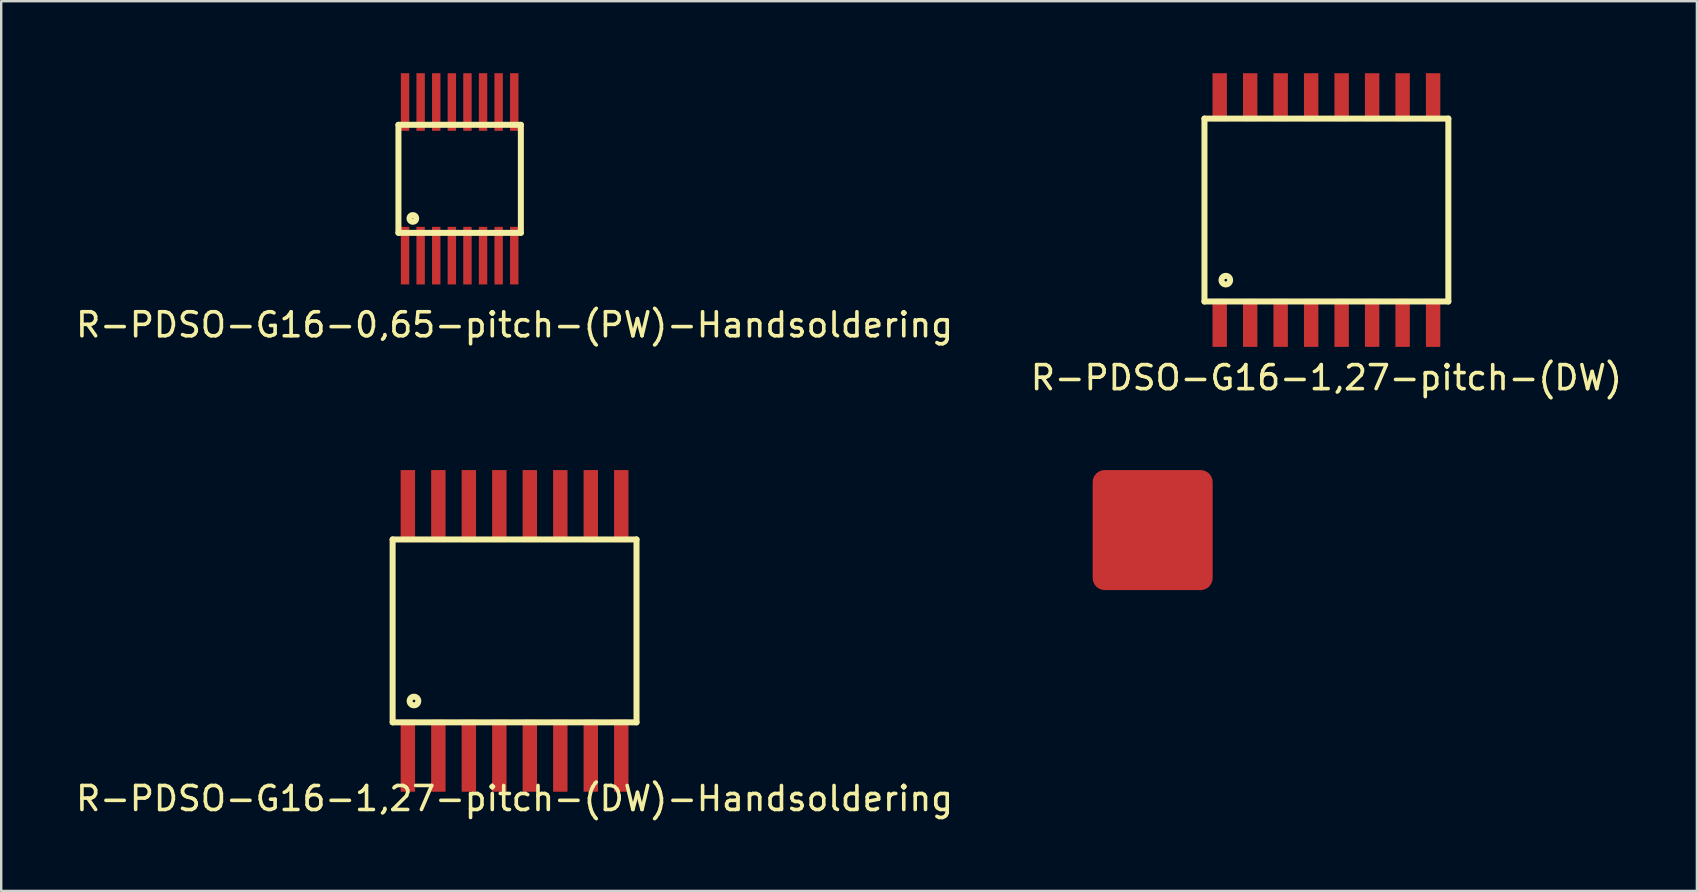
<source format=kicad_pcb>
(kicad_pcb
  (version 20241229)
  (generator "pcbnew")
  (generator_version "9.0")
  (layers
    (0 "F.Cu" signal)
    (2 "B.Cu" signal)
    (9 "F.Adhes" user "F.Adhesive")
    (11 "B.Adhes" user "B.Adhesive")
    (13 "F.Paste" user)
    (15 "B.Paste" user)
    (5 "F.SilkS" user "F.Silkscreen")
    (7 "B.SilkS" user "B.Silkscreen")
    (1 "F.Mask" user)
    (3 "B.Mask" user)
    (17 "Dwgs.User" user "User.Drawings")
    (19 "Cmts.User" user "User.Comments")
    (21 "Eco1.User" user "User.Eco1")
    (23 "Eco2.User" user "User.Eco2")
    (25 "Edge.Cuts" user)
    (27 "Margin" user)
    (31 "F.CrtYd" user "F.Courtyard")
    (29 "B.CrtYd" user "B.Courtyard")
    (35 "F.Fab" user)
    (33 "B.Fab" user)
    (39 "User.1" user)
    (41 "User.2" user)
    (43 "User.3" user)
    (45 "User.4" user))
  (footprint "R-PDSO-G16-1,27-pitch-(DW)"
    (layer "F.Cu")
    (at 52.208 5.7)
    (property "Reference" "R-PDSO-G16-1,27-pitch-(DW)" (at 0 6.985 0) (layer "F.SilkS") (effects (font (size 1 1) (thickness 0.15))))
    (attr through_hole)
    (fp_line (start -5.08 -3.81) (end 5.08 -3.81) (stroke (width 0.25) (type solid)) (layer "F.SilkS"))
    (fp_line (start -5.08 3.81) (end -5.08 -3.81) (stroke (width 0.25) (type solid)) (layer "F.SilkS"))
    (fp_line (start 5.08 -3.81) (end 5.08 3.81) (stroke (width 0.25) (type solid)) (layer "F.SilkS"))
    (fp_line (start 5.08 3.81) (end -5.08 3.81) (stroke (width 0.25) (type solid)) (layer "F.SilkS"))
    (fp_circle (center -4.191 2.921) (end -4.064 3.048) (stroke (width 0.25) (type solid)) (fill no) (layer "F.SilkS"))
    (pad "1" smd rect (at -4.445 4.7) (size 0.6 2) (layers "F.Cu" "F.Mask" "F.Paste"))
    (pad "2" smd rect (at -3.175 4.7) (size 0.6 2) (layers "F.Cu" "F.Mask" "F.Paste"))
    (pad "3" smd rect (at -1.905 4.7) (size 0.6 2) (layers "F.Cu" "F.Mask" "F.Paste"))
    (pad "4" smd rect (at -0.635 4.7) (size 0.6 2) (layers "F.Cu" "F.Mask" "F.Paste"))
    (pad "5" smd rect (at 0.635 4.7) (size 0.6 2) (layers "F.Cu" "F.Mask" "F.Paste"))
    (pad "6" smd rect (at 1.905 4.7) (size 0.6 2) (layers "F.Cu" "F.Mask" "F.Paste"))
    (pad "7" smd rect (at 3.175 4.7) (size 0.6 2) (layers "F.Cu" "F.Mask" "F.Paste"))
    (pad "8" smd rect (at 4.445 4.7) (size 0.6 2) (layers "F.Cu" "F.Mask" "F.Paste"))
    (pad "9" smd rect (at 4.445 -4.7) (size 0.6 2) (layers "F.Cu" "F.Mask" "F.Paste"))
    (pad "10" smd rect (at 3.175 -4.7) (size 0.6 2) (layers "F.Cu" "F.Mask" "F.Paste"))
    (pad "11" smd rect (at 1.905 -4.7) (size 0.6 2) (layers "F.Cu" "F.Mask" "F.Paste"))
    (pad "12" smd rect (at 0.635 -4.7) (size 0.6 2) (layers "F.Cu" "F.Mask" "F.Paste"))
    (pad "13" smd rect (at -0.635 -4.7) (size 0.6 2) (layers "F.Cu" "F.Mask" "F.Paste"))
    (pad "14" smd rect (at -1.905 -4.7) (size 0.6 2) (layers "F.Cu" "F.Mask" "F.Paste"))
    (pad "15" smd rect (at -3.175 -4.7) (size 0.6 2) (layers "F.Cu" "F.Mask" "F.Paste"))
    (pad "16" smd rect (at -4.445 -4.7) (size 0.6 2) (layers "F.Cu" "F.Mask" "F.Paste")))
  (footprint "R-PDSO-G16-0,65-pitch-(PW)-Handsoldering"
    (layer "F.Cu")
    (at 16.099 4.4)
    (property "Reference" "R-PDSO-G16-0,65-pitch-(PW)-Handsoldering" (at 2.288 6.083 0) (layer "F.SilkS") (effects (font (size 1 1) (thickness 0.15))))
    (attr through_hole)
    (fp_line (start -2.55 -2.25) (end -2.55 2.25) (stroke (width 0.25) (type solid)) (layer "F.SilkS"))
    (fp_line (start -2.55 2.25) (end 2.55 2.25) (stroke (width 0.25) (type solid)) (layer "F.SilkS"))
    (fp_line (start 2.55 -2.25) (end -2.55 -2.25) (stroke (width 0.25) (type solid)) (layer "F.SilkS"))
    (fp_line (start 2.55 2.25) (end 2.55 -2.25) (stroke (width 0.25) (type solid)) (layer "F.SilkS"))
    (fp_circle (center -1.95 1.65) (end -1.85 1.75) (stroke (width 0.25) (type solid)) (fill no) (layer "F.SilkS"))
    (pad "1" smd trapezoid (at -2.275 3.2 180) (size 0.35 2.4) (layers "F.Cu" "F.Mask" "F.Paste"))
    (pad "2" smd trapezoid (at -1.625 3.2 180) (size 0.35 2.4) (layers "F.Cu" "F.Mask" "F.Paste"))
    (pad "3" smd trapezoid (at -0.975 3.2 180) (size 0.35 2.4) (layers "F.Cu" "F.Mask" "F.Paste"))
    (pad "4" smd trapezoid (at -0.325 3.2 180) (size 0.35 2.4) (layers "F.Cu" "F.Mask" "F.Paste"))
    (pad "5" smd trapezoid (at 0.325 3.2 180) (size 0.35 2.4) (layers "F.Cu" "F.Mask" "F.Paste"))
    (pad "6" smd trapezoid (at 0.975 3.2 180) (size 0.35 2.4) (layers "F.Cu" "F.Mask" "F.Paste"))
    (pad "7" smd trapezoid (at 1.625 3.2 180) (size 0.35 2.4) (layers "F.Cu" "F.Mask" "F.Paste"))
    (pad "8" smd trapezoid (at 2.275 3.2 180) (size 0.35 2.4) (layers "F.Cu" "F.Mask" "F.Paste"))
    (pad "9" smd trapezoid (at 2.275 -3.2 180) (size 0.35 2.4) (layers "F.Cu" "F.Mask" "F.Paste"))
    (pad "10" smd trapezoid (at 1.625 -3.2 180) (size 0.35 2.4) (layers "F.Cu" "F.Mask" "F.Paste"))
    (pad "11" smd trapezoid (at 0.975 -3.2 180) (size 0.35 2.4) (layers "F.Cu" "F.Mask" "F.Paste"))
    (pad "12" smd trapezoid (at 0.325 -3.2 180) (size 0.35 2.4) (layers "F.Cu" "F.Mask" "F.Paste"))
    (pad "13" smd trapezoid (at -0.325 -3.2 180) (size 0.35 2.4) (layers "F.Cu" "F.Mask" "F.Paste"))
    (pad "14" smd trapezoid (at -0.975 -3.2 180) (size 0.35 2.4) (layers "F.Cu" "F.Mask" "F.Paste"))
    (pad "15" smd trapezoid (at -1.625 -3.2 180) (size 0.35 2.4) (layers "F.Cu" "F.Mask" "F.Paste"))
    (pad "16" smd trapezoid (at -2.275 -3.2 180) (size 0.35 2.4) (layers "F.Cu" "F.Mask" "F.Paste")))
  (footprint "R-PDSO-G16-1,27-pitch-(DW)-Handsoldering"
    (layer "F.Cu")
    (at 18.387 23.233)
    (property "Reference" "R-PDSO-G16-1,27-pitch-(DW)-Handsoldering" (at 0 6.985 0) (layer "F.SilkS") (effects (font (size 1 1) (thickness 0.15))))
    (attr through_hole)
    (fp_line (start -5.08 -3.81) (end 5.08 -3.81) (stroke (width 0.25) (type solid)) (layer "F.SilkS"))
    (fp_line (start -5.08 3.81) (end -5.08 -3.81) (stroke (width 0.25) (type solid)) (layer "F.SilkS"))
    (fp_line (start 5.08 -3.81) (end 5.08 3.81) (stroke (width 0.25) (type solid)) (layer "F.SilkS"))
    (fp_line (start 5.08 3.81) (end -5.08 3.81) (stroke (width 0.25) (type solid)) (layer "F.SilkS"))
    (fp_circle (center -4.191 2.921) (end -4.064 3.048) (stroke (width 0.25) (type solid)) (fill no) (layer "F.SilkS"))
    (pad "1" smd rect (at -4.445 5.2) (size 0.6 3) (layers "F.Cu" "F.Mask" "F.Paste"))
    (pad "2" smd rect (at -3.175 5.2) (size 0.6 3) (layers "F.Cu" "F.Mask" "F.Paste"))
    (pad "3" smd rect (at -1.905 5.2) (size 0.6 3) (layers "F.Cu" "F.Mask" "F.Paste"))
    (pad "4" smd rect (at -0.635 5.2) (size 0.6 3) (layers "F.Cu" "F.Mask" "F.Paste"))
    (pad "5" smd rect (at 0.635 5.2) (size 0.6 3) (layers "F.Cu" "F.Mask" "F.Paste"))
    (pad "6" smd rect (at 1.905 5.2) (size 0.6 3) (layers "F.Cu" "F.Mask" "F.Paste"))
    (pad "7" smd rect (at 3.175 5.2) (size 0.6 3) (layers "F.Cu" "F.Mask" "F.Paste"))
    (pad "8" smd rect (at 4.445 5.2) (size 0.6 3) (layers "F.Cu" "F.Mask" "F.Paste"))
    (pad "9" smd rect (at 4.445 -5.2) (size 0.6 3) (layers "F.Cu" "F.Mask" "F.Paste"))
    (pad "10" smd rect (at 3.175 -5.2) (size 0.6 3) (layers "F.Cu" "F.Mask" "F.Paste"))
    (pad "11" smd rect (at 1.905 -5.2) (size 0.6 3) (layers "F.Cu" "F.Mask" "F.Paste"))
    (pad "12" smd rect (at 0.635 -5.2) (size 0.6 3) (layers "F.Cu" "F.Mask" "F.Paste"))
    (pad "13" smd rect (at -0.635 -5.2) (size 0.6 3) (layers "F.Cu" "F.Mask" "F.Paste"))
    (pad "14" smd rect (at -1.905 -5.2) (size 0.6 3) (layers "F.Cu" "F.Mask" "F.Paste"))
    (pad "15" smd rect (at -3.175 -5.2) (size 0.6 3) (layers "F.Cu" "F.Mask" "F.Paste"))
    (pad "16" smd rect (at -4.445 -5.2) (size 0.6 3) (layers "F.Cu" "F.Mask" "F.Paste")))
  (footprint "SMD_Pad_5x5"
    (layer "F.Cu")
    (at 44.97 19.033)
    (property "Reference" "SMD_Pad_5x5" (at 0 3.5 0) (layer "Eco2.User") (effects (font (size 1 1) (thickness 0.15))))
    (attr through_hole)
    (pad "1" smd roundrect (at 0 0) (size 5 5) (layers "F.Cu" "F.Mask" "F.Paste") (roundrect_rratio 0.1)))
  (gr_rect
    (start -3 -3)
    (end 67.643 34.066)
    (stroke (width 0.1) (type default))
    (fill no)
    (layer "Edge.Cuts")))
</source>
